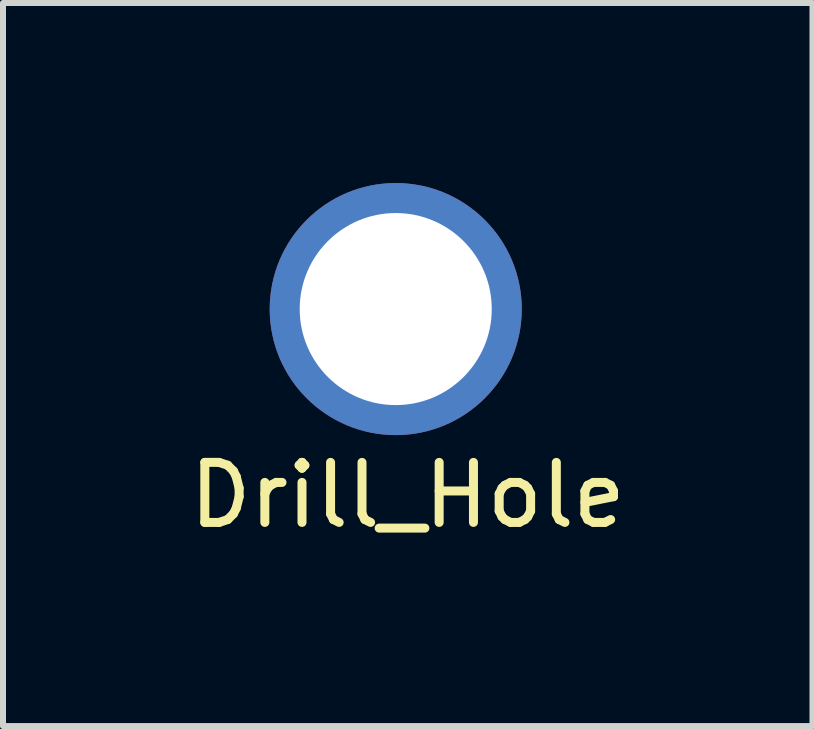
<source format=kicad_pcb>
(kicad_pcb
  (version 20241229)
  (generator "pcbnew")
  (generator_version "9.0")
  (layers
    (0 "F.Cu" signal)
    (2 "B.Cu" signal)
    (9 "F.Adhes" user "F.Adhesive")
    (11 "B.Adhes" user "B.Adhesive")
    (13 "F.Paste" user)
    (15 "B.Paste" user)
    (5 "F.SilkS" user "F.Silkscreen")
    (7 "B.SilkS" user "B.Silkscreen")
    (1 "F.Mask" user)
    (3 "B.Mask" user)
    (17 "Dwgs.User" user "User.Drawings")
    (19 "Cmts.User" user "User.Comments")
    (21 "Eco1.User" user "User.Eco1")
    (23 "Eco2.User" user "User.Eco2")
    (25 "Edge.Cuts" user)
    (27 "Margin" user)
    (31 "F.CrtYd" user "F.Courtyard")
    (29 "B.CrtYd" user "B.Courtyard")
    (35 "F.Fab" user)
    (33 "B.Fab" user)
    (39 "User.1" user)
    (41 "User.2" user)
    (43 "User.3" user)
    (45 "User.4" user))
  (footprint "Drill_Hole"
    (layer "F.Cu")
    (at 3.544 2.1)
    (property "Reference" "Drill_Hole" (at 0.2 3.1 0) (layer "F.SilkS") (effects (font (size 1 1) (thickness 0.15))))
    (attr through_hole)
    (pad "1" thru_hole circle (at 0 0) (size 4.2 4.2) (drill 3.2) (layers "*.Cu" "*.Mask")))
  (gr_rect
    (start -3 -3)
    (end 10.488 9.048)
    (stroke (width 0.1) (type default))
    (fill no)
    (layer "Edge.Cuts")))
</source>
